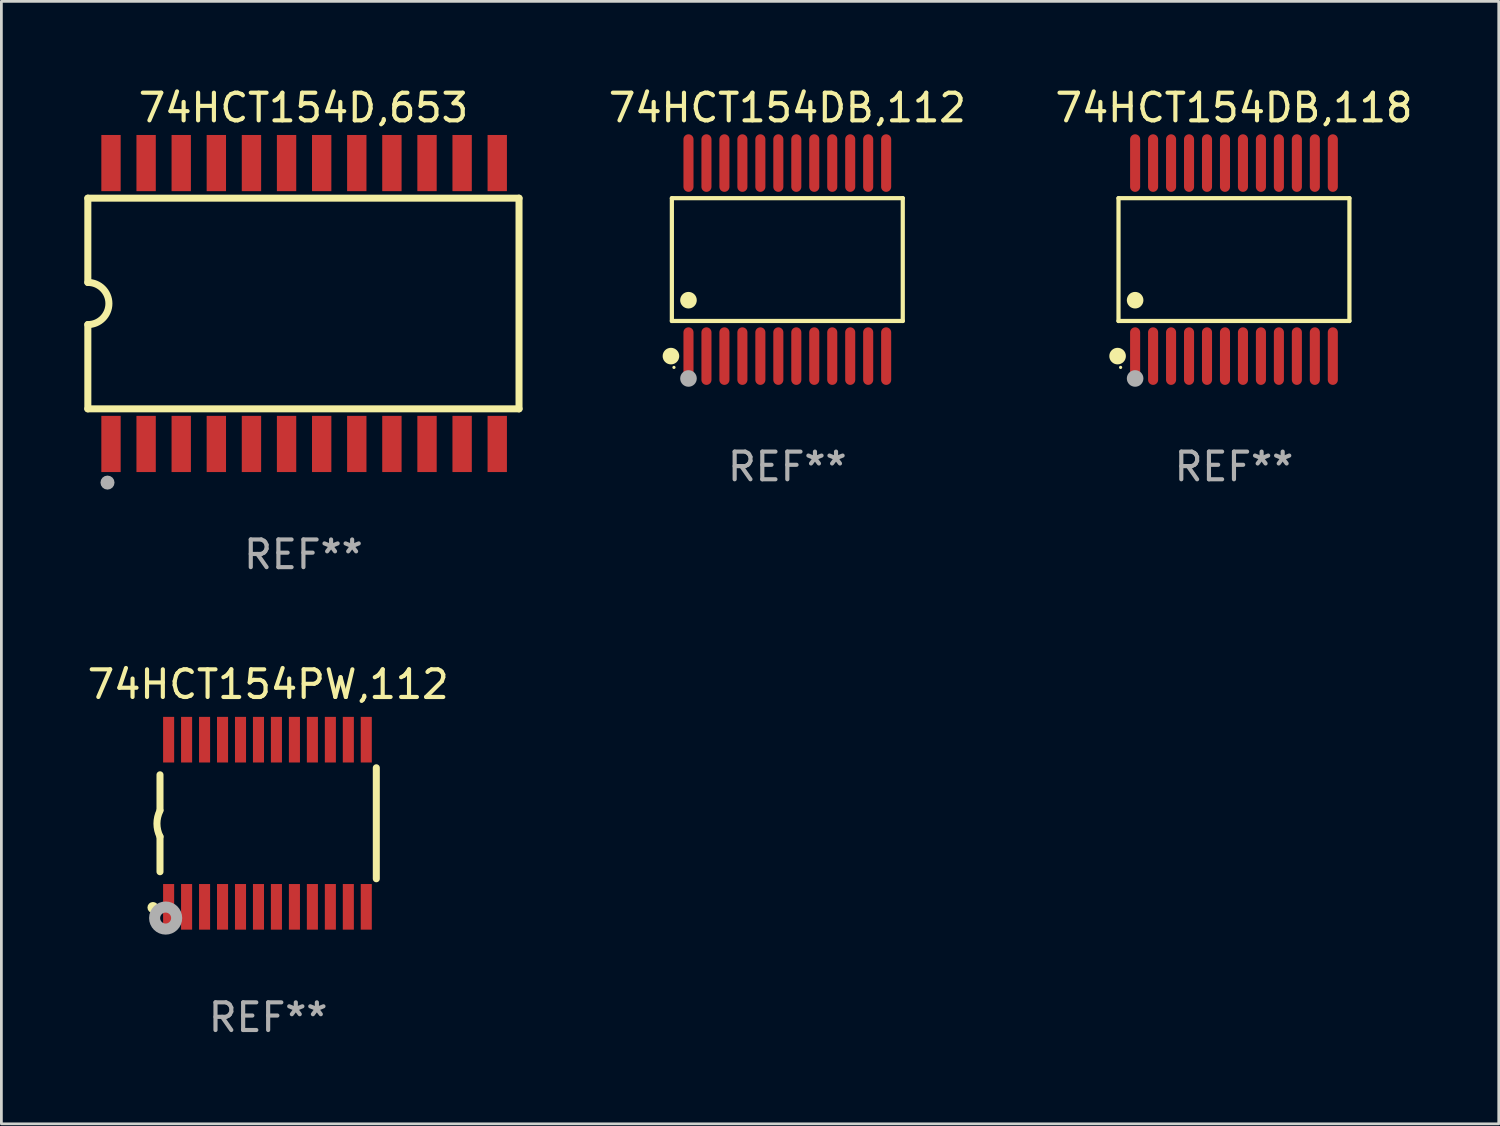
<source format=kicad_pcb>
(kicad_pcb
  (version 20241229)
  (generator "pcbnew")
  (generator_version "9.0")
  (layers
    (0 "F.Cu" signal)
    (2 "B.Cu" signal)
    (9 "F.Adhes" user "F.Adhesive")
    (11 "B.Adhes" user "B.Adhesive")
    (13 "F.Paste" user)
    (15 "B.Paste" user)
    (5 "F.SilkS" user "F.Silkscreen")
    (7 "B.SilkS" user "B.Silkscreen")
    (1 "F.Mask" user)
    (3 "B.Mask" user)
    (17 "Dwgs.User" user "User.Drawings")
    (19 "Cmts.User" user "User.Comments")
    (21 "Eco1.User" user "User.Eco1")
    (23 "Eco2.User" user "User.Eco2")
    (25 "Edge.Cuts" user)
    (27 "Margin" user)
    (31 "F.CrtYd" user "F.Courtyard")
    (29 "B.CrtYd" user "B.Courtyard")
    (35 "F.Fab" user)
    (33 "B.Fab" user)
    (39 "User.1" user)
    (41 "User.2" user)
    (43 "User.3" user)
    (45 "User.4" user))
  (footprint "74HCT154DB,118"
    (layer "F.Cu")
    (at 41.582 6.339)
    (property "Reference" "74HCT154DB,118" (at 0 -5.491 0) (layer "F.SilkS") (effects (font (size 1 1) (thickness 0.15))))
    (attr through_hole)
    (fp_line (start -4.176 -2.221) (end 4.176 -2.221) (stroke (width 0.152) (type solid)) (layer "F.SilkS"))
    (fp_line (start -4.176 2.221) (end -4.176 -2.221) (stroke (width 0.152) (type solid)) (layer "F.SilkS"))
    (fp_line (start 4.176 -2.221) (end 4.176 2.221) (stroke (width 0.152) (type solid)) (layer "F.SilkS"))
    (fp_line (start 4.176 2.221) (end -4.176 2.221) (stroke (width 0.152) (type solid)) (layer "F.SilkS"))
    (fp_circle (center -4.209 3.491) (end -4.059 3.491) (stroke (width 0.3) (type solid)) (fill no) (layer "F.SilkS"))
    (fp_circle (center -4.1 3.9) (end -4.07 3.9) (stroke (width 0.06) (type solid)) (fill no) (layer "F.SilkS"))
    (fp_circle (center -3.575 1.469) (end -3.425 1.469) (stroke (width 0.3) (type solid)) (fill no) (layer "F.SilkS"))
    (fp_circle (center -3.575 4.3) (end -3.425 4.3) (stroke (width 0.3) (type solid)) (fill no) (layer "F.Fab"))
    (fp_text user "REF**" (at 0 7.491 0) (layer "F.Fab") (effects (font (size 1 1) (thickness 0.15))))
    (pad "1" smd oval (at -3.575 3.491) (size 0.364 2.082) (layers "F.Cu" "F.Mask" "F.Paste"))
    (pad "2" smd oval (at -2.925 3.491) (size 0.364 2.082) (layers "F.Cu" "F.Mask" "F.Paste"))
    (pad "3" smd oval (at -2.275 3.491) (size 0.364 2.082) (layers "F.Cu" "F.Mask" "F.Paste"))
    (pad "4" smd oval (at -1.625 3.491) (size 0.364 2.082) (layers "F.Cu" "F.Mask" "F.Paste"))
    (pad "5" smd oval (at -0.975 3.491) (size 0.364 2.082) (layers "F.Cu" "F.Mask" "F.Paste"))
    (pad "6" smd oval (at -0.325 3.491) (size 0.364 2.082) (layers "F.Cu" "F.Mask" "F.Paste"))
    (pad "7" smd oval (at 0.325 3.491) (size 0.364 2.082) (layers "F.Cu" "F.Mask" "F.Paste"))
    (pad "8" smd oval (at 0.975 3.491) (size 0.364 2.082) (layers "F.Cu" "F.Mask" "F.Paste"))
    (pad "9" smd oval (at 1.625 3.491) (size 0.364 2.082) (layers "F.Cu" "F.Mask" "F.Paste"))
    (pad "10" smd oval (at 2.275 3.491) (size 0.364 2.082) (layers "F.Cu" "F.Mask" "F.Paste"))
    (pad "11" smd oval (at 2.925 3.491) (size 0.364 2.082) (layers "F.Cu" "F.Mask" "F.Paste"))
    (pad "12" smd oval (at 3.575 3.491) (size 0.364 2.082) (layers "F.Cu" "F.Mask" "F.Paste"))
    (pad "13" smd oval (at 3.575 -3.491) (size 0.364 2.082) (layers "F.Cu" "F.Mask" "F.Paste"))
    (pad "14" smd oval (at 2.925 -3.491) (size 0.364 2.082) (layers "F.Cu" "F.Mask" "F.Paste"))
    (pad "15" smd oval (at 2.275 -3.491) (size 0.364 2.082) (layers "F.Cu" "F.Mask" "F.Paste"))
    (pad "16" smd oval (at 1.625 -3.491) (size 0.364 2.082) (layers "F.Cu" "F.Mask" "F.Paste"))
    (pad "17" smd oval (at 0.975 -3.491) (size 0.364 2.082) (layers "F.Cu" "F.Mask" "F.Paste"))
    (pad "18" smd oval (at 0.325 -3.491) (size 0.364 2.082) (layers "F.Cu" "F.Mask" "F.Paste"))
    (pad "19" smd oval (at -0.325 -3.491) (size 0.364 2.082) (layers "F.Cu" "F.Mask" "F.Paste"))
    (pad "20" smd oval (at -0.975 -3.491) (size 0.364 2.082) (layers "F.Cu" "F.Mask" "F.Paste"))
    (pad "21" smd oval (at -1.625 -3.491) (size 0.364 2.082) (layers "F.Cu" "F.Mask" "F.Paste"))
    (pad "22" smd oval (at -2.275 -3.491) (size 0.364 2.082) (layers "F.Cu" "F.Mask" "F.Paste"))
    (pad "23" smd oval (at -2.925 -3.491) (size 0.364 2.082) (layers "F.Cu" "F.Mask" "F.Paste"))
    (pad "24" smd oval (at -3.575 -3.491) (size 0.364 2.082) (layers "F.Cu" "F.Mask" "F.Paste")))
  (footprint "74HCT154D,653"
    (layer "F.Cu")
    (at 7.925 7.928)
    (property "Reference" "74HCT154D,653" (at 0 -7.08 0) (layer "F.SilkS") (effects (font (size 1 1) (thickness 0.15))))
    (attr through_hole)
    (fp_line (start -7.798 -3.81) (end -7.798 -0.762) (stroke (width 0.254) (type solid)) (layer "F.SilkS"))
    (fp_line (start -7.798 3.81) (end -7.798 0.762) (stroke (width 0.254) (type solid)) (layer "F.SilkS"))
    (fp_line (start 7.798 -3.81) (end -7.798 -3.81) (stroke (width 0.254) (type solid)) (layer "F.SilkS"))
    (fp_line (start 7.798 3.81) (end -7.798 3.81) (stroke (width 0.254) (type solid)) (layer "F.SilkS"))
    (fp_line (start 7.798 3.81) (end 7.798 -3.81) (stroke (width 0.254) (type solid)) (layer "F.SilkS"))
    (fp_arc (start -7.797791 -0.762002) (mid -7.03579 -0.000001) (end -7.79779 0.762002) (stroke (width 0.254001) (type solid)) (layer "F.SilkS"))
    (fp_circle (center -7.825 3.75) (end -7.795 3.75) (stroke (width 0.06) (type solid)) (fill no) (layer "F.SilkS"))
    (fp_circle (center -7.087 6.477) (end -6.96 6.477) (stroke (width 0.254) (type solid)) (fill no) (layer "F.Fab"))
    (fp_text user "REF**" (at 0 9.08 0) (layer "F.Fab") (effects (font (size 1 1) (thickness 0.15))))
    (pad "1" smd rect (at -6.96 5.08 90) (size 2.032 0.7) (layers "F.Cu" "F.Mask" "F.Paste"))
    (pad "2" smd rect (at -5.69 5.08 90) (size 2.032 0.7) (layers "F.Cu" "F.Mask" "F.Paste"))
    (pad "3" smd rect (at -4.42 5.08 90) (size 2.032 0.7) (layers "F.Cu" "F.Mask" "F.Paste"))
    (pad "4" smd rect (at -3.15 5.08 90) (size 2.032 0.7) (layers "F.Cu" "F.Mask" "F.Paste"))
    (pad "5" smd rect (at -1.88 5.08 90) (size 2.032 0.7) (layers "F.Cu" "F.Mask" "F.Paste"))
    (pad "6" smd rect (at -0.61 5.08 90) (size 2.032 0.7) (layers "F.Cu" "F.Mask" "F.Paste"))
    (pad "7" smd rect (at 0.66 5.08 90) (size 2.032 0.7) (layers "F.Cu" "F.Mask" "F.Paste"))
    (pad "8" smd rect (at 1.93 5.08 90) (size 2.032 0.7) (layers "F.Cu" "F.Mask" "F.Paste"))
    (pad "9" smd rect (at 3.2 5.08 90) (size 2.032 0.7) (layers "F.Cu" "F.Mask" "F.Paste"))
    (pad "10" smd rect (at 4.47 5.08 90) (size 2.032 0.7) (layers "F.Cu" "F.Mask" "F.Paste"))
    (pad "11" smd rect (at 5.74 5.08 90) (size 2.032 0.7) (layers "F.Cu" "F.Mask" "F.Paste"))
    (pad "12" smd rect (at 7.01 5.08 90) (size 2.032 0.7) (layers "F.Cu" "F.Mask" "F.Paste"))
    (pad "13" smd rect (at 7.01 -5.08 90) (size 2.032 0.7) (layers "F.Cu" "F.Mask" "F.Paste"))
    (pad "14" smd rect (at 5.74 -5.08 90) (size 2.032 0.7) (layers "F.Cu" "F.Mask" "F.Paste"))
    (pad "15" smd rect (at 4.47 -5.08 90) (size 2.032 0.7) (layers "F.Cu" "F.Mask" "F.Paste"))
    (pad "16" smd rect (at 3.2 -5.08 90) (size 2.032 0.7) (layers "F.Cu" "F.Mask" "F.Paste"))
    (pad "17" smd rect (at 1.93 -5.08 90) (size 2.032 0.7) (layers "F.Cu" "F.Mask" "F.Paste"))
    (pad "18" smd rect (at 0.66 -5.08 90) (size 2.032 0.7) (layers "F.Cu" "F.Mask" "F.Paste"))
    (pad "19" smd rect (at -0.61 -5.08 90) (size 2.032 0.7) (layers "F.Cu" "F.Mask" "F.Paste"))
    (pad "20" smd rect (at -1.88 -5.08 90) (size 2.032 0.7) (layers "F.Cu" "F.Mask" "F.Paste"))
    (pad "21" smd rect (at -3.15 -5.08 90) (size 2.032 0.7) (layers "F.Cu" "F.Mask" "F.Paste"))
    (pad "22" smd rect (at -4.42 -5.08 90) (size 2.032 0.7) (layers "F.Cu" "F.Mask" "F.Paste"))
    (pad "23" smd rect (at -5.69 -5.08 90) (size 2.032 0.7) (layers "F.Cu" "F.Mask" "F.Paste"))
    (pad "24" smd rect (at -6.96 -5.08 90) (size 2.032 0.7) (layers "F.Cu" "F.Mask" "F.Paste")))
  (footprint "74HCT154PW,112"
    (layer "F.Cu")
    (at 6.649 26.727)
    (property "Reference" "74HCT154PW,112" (at 0 -5.023 0) (layer "F.SilkS") (effects (font (size 1 1) (thickness 0.15))))
    (attr through_hole)
    (fp_line (start -3.912 -0.483) (end -3.912 -1.753) (stroke (width 0.254) (type solid)) (layer "F.SilkS"))
    (fp_line (start -3.912 1.753) (end -3.912 0.483) (stroke (width 0.254) (type solid)) (layer "F.SilkS"))
    (fp_line (start 3.912 -2.007) (end 3.912 2.007) (stroke (width 0.254) (type solid)) (layer "F.SilkS"))
    (fp_arc (start -3.911608 0.482601) (mid -4.022537 0.0127) (end -3.911608 -0.457201) (stroke (width 0.254001) (type solid)) (layer "F.SilkS"))
    (fp_circle (center -4.166 3.048) (end -4.066 3.048) (stroke (width 0.2) (type solid)) (fill no) (layer "F.SilkS"))
    (fp_circle (center -3.925 3.186) (end -3.895 3.186) (stroke (width 0.06) (type solid)) (fill no) (layer "F.SilkS"))
    (fp_circle (center -3.708 3.429) (end -3.509 3.429) (stroke (width 0.4) (type solid)) (fill no) (layer "F.Fab"))
    (fp_text user "REF**" (at 0 7.023 0) (layer "F.Fab") (effects (font (size 1 1) (thickness 0.15))))
    (pad "1" smd rect (at -3.6 3.023) (size 0.4 1.65) (layers "F.Cu" "F.Mask" "F.Paste"))
    (pad "2" smd rect (at -2.95 3.023) (size 0.4 1.65) (layers "F.Cu" "F.Mask" "F.Paste"))
    (pad "3" smd rect (at -2.3 3.023) (size 0.4 1.65) (layers "F.Cu" "F.Mask" "F.Paste"))
    (pad "4" smd rect (at -1.65 3.023) (size 0.4 1.65) (layers "F.Cu" "F.Mask" "F.Paste"))
    (pad "5" smd rect (at -1 3.023) (size 0.4 1.65) (layers "F.Cu" "F.Mask" "F.Paste"))
    (pad "6" smd rect (at -0.35 3.023) (size 0.4 1.65) (layers "F.Cu" "F.Mask" "F.Paste"))
    (pad "7" smd rect (at 0.299 3.023) (size 0.4 1.65) (layers "F.Cu" "F.Mask" "F.Paste"))
    (pad "8" smd rect (at 0.95 3.023) (size 0.4 1.65) (layers "F.Cu" "F.Mask" "F.Paste"))
    (pad "9" smd rect (at 1.6 3.023) (size 0.4 1.65) (layers "F.Cu" "F.Mask" "F.Paste"))
    (pad "10" smd rect (at 2.25 3.023) (size 0.4 1.65) (layers "F.Cu" "F.Mask" "F.Paste"))
    (pad "11" smd rect (at 2.9 3.023) (size 0.4 1.65) (layers "F.Cu" "F.Mask" "F.Paste"))
    (pad "12" smd rect (at 3.549 3.023) (size 0.4 1.65) (layers "F.Cu" "F.Mask" "F.Paste"))
    (pad "13" smd rect (at 3.549 -3.023) (size 0.4 1.65) (layers "F.Cu" "F.Mask" "F.Paste"))
    (pad "14" smd rect (at 2.9 -3.023) (size 0.4 1.65) (layers "F.Cu" "F.Mask" "F.Paste"))
    (pad "15" smd rect (at 2.25 -3.023) (size 0.4 1.65) (layers "F.Cu" "F.Mask" "F.Paste"))
    (pad "16" smd rect (at 1.6 -3.023) (size 0.4 1.65) (layers "F.Cu" "F.Mask" "F.Paste"))
    (pad "17" smd rect (at 0.95 -3.023) (size 0.4 1.65) (layers "F.Cu" "F.Mask" "F.Paste"))
    (pad "18" smd rect (at 0.299 -3.023) (size 0.4 1.65) (layers "F.Cu" "F.Mask" "F.Paste"))
    (pad "19" smd rect (at -0.35 -3.023) (size 0.4 1.65) (layers "F.Cu" "F.Mask" "F.Paste"))
    (pad "20" smd rect (at -1 -3.023) (size 0.4 1.65) (layers "F.Cu" "F.Mask" "F.Paste"))
    (pad "21" smd rect (at -1.65 -3.023) (size 0.4 1.65) (layers "F.Cu" "F.Mask" "F.Paste"))
    (pad "22" smd rect (at -2.3 -3.023) (size 0.4 1.65) (layers "F.Cu" "F.Mask" "F.Paste"))
    (pad "23" smd rect (at -2.95 -3.023) (size 0.4 1.65) (layers "F.Cu" "F.Mask" "F.Paste"))
    (pad "24" smd rect (at -3.6 -3.023) (size 0.4 1.65) (layers "F.Cu" "F.Mask" "F.Paste")))
  (footprint "74HCT154DB,112"
    (layer "F.Cu")
    (at 25.427 6.339)
    (property "Reference" "74HCT154DB,112" (at 0 -5.491 0) (layer "F.SilkS") (effects (font (size 1 1) (thickness 0.15))))
    (attr through_hole)
    (fp_line (start -4.176 -2.221) (end 4.176 -2.221) (stroke (width 0.152) (type solid)) (layer "F.SilkS"))
    (fp_line (start -4.176 2.221) (end -4.176 -2.221) (stroke (width 0.152) (type solid)) (layer "F.SilkS"))
    (fp_line (start 4.176 -2.221) (end 4.176 2.221) (stroke (width 0.152) (type solid)) (layer "F.SilkS"))
    (fp_line (start 4.176 2.221) (end -4.176 2.221) (stroke (width 0.152) (type solid)) (layer "F.SilkS"))
    (fp_circle (center -4.209 3.491) (end -4.059 3.491) (stroke (width 0.3) (type solid)) (fill no) (layer "F.SilkS"))
    (fp_circle (center -4.1 3.9) (end -4.07 3.9) (stroke (width 0.06) (type solid)) (fill no) (layer "F.SilkS"))
    (fp_circle (center -3.575 1.469) (end -3.425 1.469) (stroke (width 0.3) (type solid)) (fill no) (layer "F.SilkS"))
    (fp_circle (center -3.575 4.3) (end -3.425 4.3) (stroke (width 0.3) (type solid)) (fill no) (layer "F.Fab"))
    (fp_text user "REF**" (at 0 7.491 0) (layer "F.Fab") (effects (font (size 1 1) (thickness 0.15))))
    (pad "1" smd oval (at -3.575 3.491) (size 0.364 2.082) (layers "F.Cu" "F.Mask" "F.Paste"))
    (pad "2" smd oval (at -2.925 3.491) (size 0.364 2.082) (layers "F.Cu" "F.Mask" "F.Paste"))
    (pad "3" smd oval (at -2.275 3.491) (size 0.364 2.082) (layers "F.Cu" "F.Mask" "F.Paste"))
    (pad "4" smd oval (at -1.625 3.491) (size 0.364 2.082) (layers "F.Cu" "F.Mask" "F.Paste"))
    (pad "5" smd oval (at -0.975 3.491) (size 0.364 2.082) (layers "F.Cu" "F.Mask" "F.Paste"))
    (pad "6" smd oval (at -0.325 3.491) (size 0.364 2.082) (layers "F.Cu" "F.Mask" "F.Paste"))
    (pad "7" smd oval (at 0.325 3.491) (size 0.364 2.082) (layers "F.Cu" "F.Mask" "F.Paste"))
    (pad "8" smd oval (at 0.975 3.491) (size 0.364 2.082) (layers "F.Cu" "F.Mask" "F.Paste"))
    (pad "9" smd oval (at 1.625 3.491) (size 0.364 2.082) (layers "F.Cu" "F.Mask" "F.Paste"))
    (pad "10" smd oval (at 2.275 3.491) (size 0.364 2.082) (layers "F.Cu" "F.Mask" "F.Paste"))
    (pad "11" smd oval (at 2.925 3.491) (size 0.364 2.082) (layers "F.Cu" "F.Mask" "F.Paste"))
    (pad "12" smd oval (at 3.575 3.491) (size 0.364 2.082) (layers "F.Cu" "F.Mask" "F.Paste"))
    (pad "13" smd oval (at 3.575 -3.491) (size 0.364 2.082) (layers "F.Cu" "F.Mask" "F.Paste"))
    (pad "14" smd oval (at 2.925 -3.491) (size 0.364 2.082) (layers "F.Cu" "F.Mask" "F.Paste"))
    (pad "15" smd oval (at 2.275 -3.491) (size 0.364 2.082) (layers "F.Cu" "F.Mask" "F.Paste"))
    (pad "16" smd oval (at 1.625 -3.491) (size 0.364 2.082) (layers "F.Cu" "F.Mask" "F.Paste"))
    (pad "17" smd oval (at 0.975 -3.491) (size 0.364 2.082) (layers "F.Cu" "F.Mask" "F.Paste"))
    (pad "18" smd oval (at 0.325 -3.491) (size 0.364 2.082) (layers "F.Cu" "F.Mask" "F.Paste"))
    (pad "19" smd oval (at -0.325 -3.491) (size 0.364 2.082) (layers "F.Cu" "F.Mask" "F.Paste"))
    (pad "20" smd oval (at -0.975 -3.491) (size 0.364 2.082) (layers "F.Cu" "F.Mask" "F.Paste"))
    (pad "21" smd oval (at -1.625 -3.491) (size 0.364 2.082) (layers "F.Cu" "F.Mask" "F.Paste"))
    (pad "22" smd oval (at -2.275 -3.491) (size 0.364 2.082) (layers "F.Cu" "F.Mask" "F.Paste"))
    (pad "23" smd oval (at -2.925 -3.491) (size 0.364 2.082) (layers "F.Cu" "F.Mask" "F.Paste"))
    (pad "24" smd oval (at -3.575 -3.491) (size 0.364 2.082) (layers "F.Cu" "F.Mask" "F.Paste")))
  (gr_rect
    (start -3 -3)
    (end 51.159 37.598)
    (stroke (width 0.1) (type default))
    (fill no)
    (layer "Edge.Cuts")))
</source>
